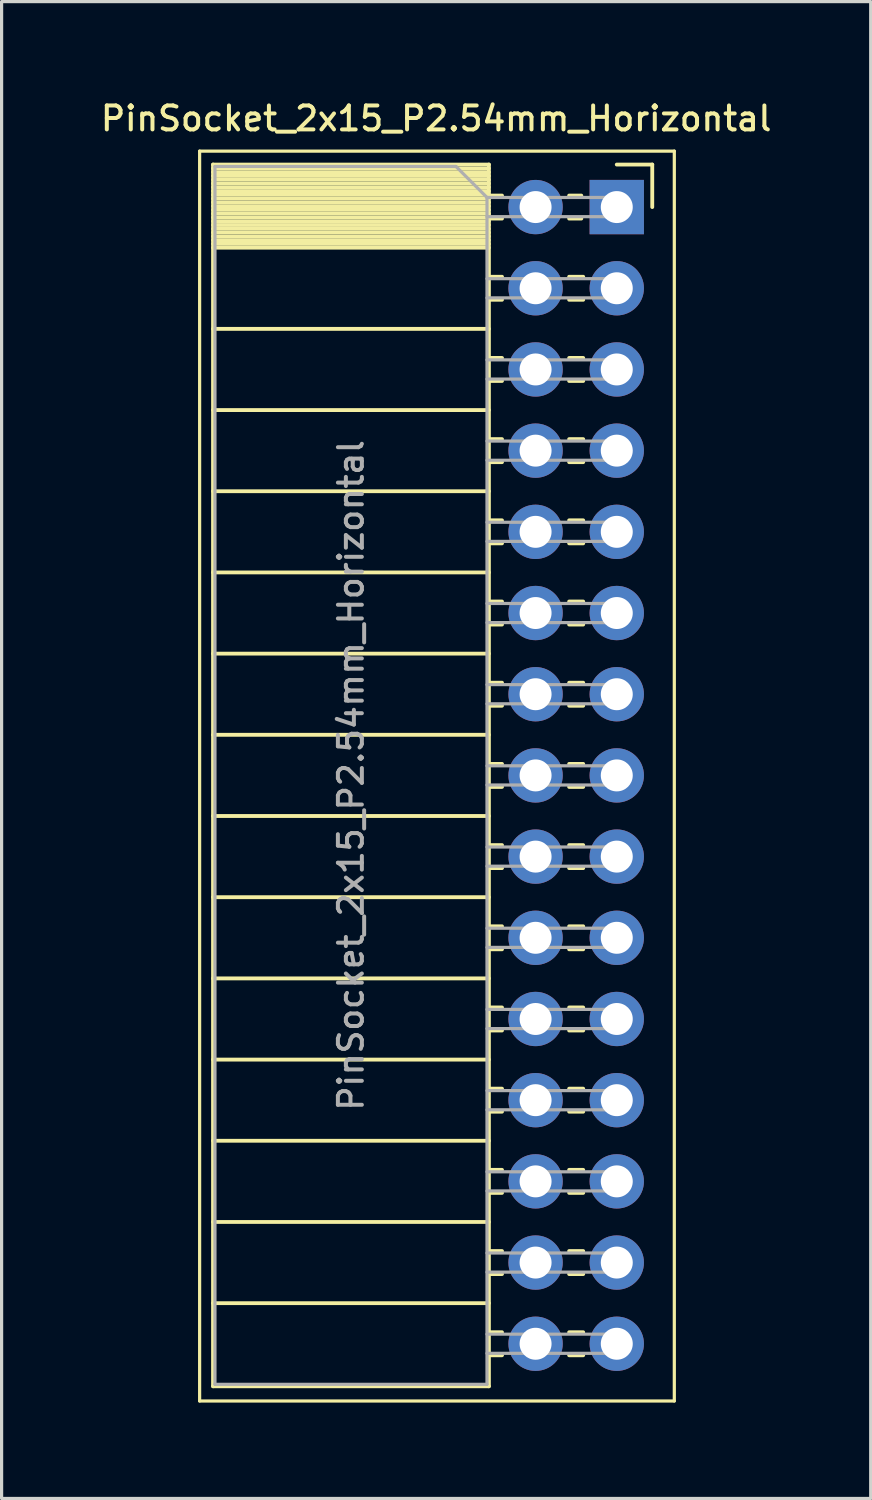
<source format=kicad_pcb>
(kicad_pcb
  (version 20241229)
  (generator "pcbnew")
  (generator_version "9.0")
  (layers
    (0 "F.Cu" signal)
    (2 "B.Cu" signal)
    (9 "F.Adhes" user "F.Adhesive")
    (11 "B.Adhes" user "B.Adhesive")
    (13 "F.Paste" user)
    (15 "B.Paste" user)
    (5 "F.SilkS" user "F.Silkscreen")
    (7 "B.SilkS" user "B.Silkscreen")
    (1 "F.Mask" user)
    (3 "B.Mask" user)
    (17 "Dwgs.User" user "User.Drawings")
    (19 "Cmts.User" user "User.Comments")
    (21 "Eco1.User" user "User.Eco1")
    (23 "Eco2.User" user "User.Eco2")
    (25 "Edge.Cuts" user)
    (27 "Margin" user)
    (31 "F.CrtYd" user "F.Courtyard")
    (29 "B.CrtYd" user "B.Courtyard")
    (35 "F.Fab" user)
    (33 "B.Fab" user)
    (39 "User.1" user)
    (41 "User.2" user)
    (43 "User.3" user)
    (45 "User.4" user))
  (footprint "PinSocket_2x15_P2.54mm_Horizontal"
    (layer "F.Cu")
    (at 16.245 3.428)
    (property "Reference" "PinSocket_2x15_P2.54mm_Horizontal" (at -5.65 -2.77 0) (layer "F.SilkS") (effects (font (size 0.75 0.75) (thickness 0.125))))
    (attr through_hole)
    (fp_line (start -13.05 -1.75) (end -13.05 37.35) (stroke (width 0.1) (type solid)) (layer "F.SilkS"))
    (fp_line (start -13.05 37.35) (end 1.8 37.35) (stroke (width 0.1) (type solid)) (layer "F.SilkS"))
    (fp_line (start -12.63 -1.33) (end -12.63 36.89) (stroke (width 0.12) (type solid)) (layer "F.SilkS"))
    (fp_line (start -12.63 -1.33) (end -4 -1.33) (stroke (width 0.12) (type solid)) (layer "F.SilkS"))
    (fp_line (start -12.63 -1.21) (end -4 -1.21) (stroke (width 0.12) (type solid)) (layer "F.SilkS"))
    (fp_line (start -12.63 -1.092) (end -4 -1.092) (stroke (width 0.12) (type solid)) (layer "F.SilkS"))
    (fp_line (start -12.63 -0.974) (end -4 -0.974) (stroke (width 0.12) (type solid)) (layer "F.SilkS"))
    (fp_line (start -12.63 -0.856) (end -4 -0.856) (stroke (width 0.12) (type solid)) (layer "F.SilkS"))
    (fp_line (start -12.63 -0.738) (end -4 -0.738) (stroke (width 0.12) (type solid)) (layer "F.SilkS"))
    (fp_line (start -12.63 -0.62) (end -4 -0.62) (stroke (width 0.12) (type solid)) (layer "F.SilkS"))
    (fp_line (start -12.63 -0.501) (end -4 -0.501) (stroke (width 0.12) (type solid)) (layer "F.SilkS"))
    (fp_line (start -12.63 -0.383) (end -4 -0.383) (stroke (width 0.12) (type solid)) (layer "F.SilkS"))
    (fp_line (start -12.63 -0.265) (end -4 -0.265) (stroke (width 0.12) (type solid)) (layer "F.SilkS"))
    (fp_line (start -12.63 -0.147) (end -4 -0.147) (stroke (width 0.12) (type solid)) (layer "F.SilkS"))
    (fp_line (start -12.63 -0.029) (end -4 -0.029) (stroke (width 0.12) (type solid)) (layer "F.SilkS"))
    (fp_line (start -12.63 0.089) (end -4 0.089) (stroke (width 0.12) (type solid)) (layer "F.SilkS"))
    (fp_line (start -12.63 0.207) (end -4 0.207) (stroke (width 0.12) (type solid)) (layer "F.SilkS"))
    (fp_line (start -12.63 0.325) (end -4 0.325) (stroke (width 0.12) (type solid)) (layer "F.SilkS"))
    (fp_line (start -12.63 0.443) (end -4 0.443) (stroke (width 0.12) (type solid)) (layer "F.SilkS"))
    (fp_line (start -12.63 0.561) (end -4 0.561) (stroke (width 0.12) (type solid)) (layer "F.SilkS"))
    (fp_line (start -12.63 0.68) (end -4 0.68) (stroke (width 0.12) (type solid)) (layer "F.SilkS"))
    (fp_line (start -12.63 0.798) (end -4 0.798) (stroke (width 0.12) (type solid)) (layer "F.SilkS"))
    (fp_line (start -12.63 0.916) (end -4 0.916) (stroke (width 0.12) (type solid)) (layer "F.SilkS"))
    (fp_line (start -12.63 1.034) (end -4 1.034) (stroke (width 0.12) (type solid)) (layer "F.SilkS"))
    (fp_line (start -12.63 1.152) (end -4 1.152) (stroke (width 0.12) (type solid)) (layer "F.SilkS"))
    (fp_line (start -12.63 1.27) (end -4 1.27) (stroke (width 0.12) (type solid)) (layer "F.SilkS"))
    (fp_line (start -12.63 3.81) (end -4 3.81) (stroke (width 0.12) (type solid)) (layer "F.SilkS"))
    (fp_line (start -12.63 6.35) (end -4 6.35) (stroke (width 0.12) (type solid)) (layer "F.SilkS"))
    (fp_line (start -12.63 8.89) (end -4 8.89) (stroke (width 0.12) (type solid)) (layer "F.SilkS"))
    (fp_line (start -12.63 11.43) (end -4 11.43) (stroke (width 0.12) (type solid)) (layer "F.SilkS"))
    (fp_line (start -12.63 13.97) (end -4 13.97) (stroke (width 0.12) (type solid)) (layer "F.SilkS"))
    (fp_line (start -12.63 16.51) (end -4 16.51) (stroke (width 0.12) (type solid)) (layer "F.SilkS"))
    (fp_line (start -12.63 19.05) (end -4 19.05) (stroke (width 0.12) (type solid)) (layer "F.SilkS"))
    (fp_line (start -12.63 21.59) (end -4 21.59) (stroke (width 0.12) (type solid)) (layer "F.SilkS"))
    (fp_line (start -12.63 24.13) (end -4 24.13) (stroke (width 0.12) (type solid)) (layer "F.SilkS"))
    (fp_line (start -12.63 26.67) (end -4 26.67) (stroke (width 0.12) (type solid)) (layer "F.SilkS"))
    (fp_line (start -12.63 29.21) (end -4 29.21) (stroke (width 0.12) (type solid)) (layer "F.SilkS"))
    (fp_line (start -12.63 31.75) (end -4 31.75) (stroke (width 0.12) (type solid)) (layer "F.SilkS"))
    (fp_line (start -12.63 34.29) (end -4 34.29) (stroke (width 0.12) (type solid)) (layer "F.SilkS"))
    (fp_line (start -12.63 36.89) (end -4 36.89) (stroke (width 0.12) (type solid)) (layer "F.SilkS"))
    (fp_line (start -4 -1.33) (end -4 36.89) (stroke (width 0.12) (type solid)) (layer "F.SilkS"))
    (fp_line (start -4 -0.36) (end -3.59 -0.36) (stroke (width 0.12) (type solid)) (layer "F.SilkS"))
    (fp_line (start -4 0.36) (end -3.59 0.36) (stroke (width 0.12) (type solid)) (layer "F.SilkS"))
    (fp_line (start -4 2.18) (end -3.59 2.18) (stroke (width 0.12) (type solid)) (layer "F.SilkS"))
    (fp_line (start -4 2.9) (end -3.59 2.9) (stroke (width 0.12) (type solid)) (layer "F.SilkS"))
    (fp_line (start -4 4.72) (end -3.59 4.72) (stroke (width 0.12) (type solid)) (layer "F.SilkS"))
    (fp_line (start -4 5.44) (end -3.59 5.44) (stroke (width 0.12) (type solid)) (layer "F.SilkS"))
    (fp_line (start -4 7.26) (end -3.59 7.26) (stroke (width 0.12) (type solid)) (layer "F.SilkS"))
    (fp_line (start -4 7.98) (end -3.59 7.98) (stroke (width 0.12) (type solid)) (layer "F.SilkS"))
    (fp_line (start -4 9.8) (end -3.59 9.8) (stroke (width 0.12) (type solid)) (layer "F.SilkS"))
    (fp_line (start -4 10.52) (end -3.59 10.52) (stroke (width 0.12) (type solid)) (layer "F.SilkS"))
    (fp_line (start -4 12.34) (end -3.59 12.34) (stroke (width 0.12) (type solid)) (layer "F.SilkS"))
    (fp_line (start -4 13.06) (end -3.59 13.06) (stroke (width 0.12) (type solid)) (layer "F.SilkS"))
    (fp_line (start -4 14.88) (end -3.59 14.88) (stroke (width 0.12) (type solid)) (layer "F.SilkS"))
    (fp_line (start -4 15.6) (end -3.59 15.6) (stroke (width 0.12) (type solid)) (layer "F.SilkS"))
    (fp_line (start -4 17.42) (end -3.59 17.42) (stroke (width 0.12) (type solid)) (layer "F.SilkS"))
    (fp_line (start -4 18.14) (end -3.59 18.14) (stroke (width 0.12) (type solid)) (layer "F.SilkS"))
    (fp_line (start -4 19.96) (end -3.59 19.96) (stroke (width 0.12) (type solid)) (layer "F.SilkS"))
    (fp_line (start -4 20.68) (end -3.59 20.68) (stroke (width 0.12) (type solid)) (layer "F.SilkS"))
    (fp_line (start -4 22.5) (end -3.59 22.5) (stroke (width 0.12) (type solid)) (layer "F.SilkS"))
    (fp_line (start -4 23.22) (end -3.59 23.22) (stroke (width 0.12) (type solid)) (layer "F.SilkS"))
    (fp_line (start -4 25.04) (end -3.59 25.04) (stroke (width 0.12) (type solid)) (layer "F.SilkS"))
    (fp_line (start -4 25.76) (end -3.59 25.76) (stroke (width 0.12) (type solid)) (layer "F.SilkS"))
    (fp_line (start -4 27.58) (end -3.59 27.58) (stroke (width 0.12) (type solid)) (layer "F.SilkS"))
    (fp_line (start -4 28.3) (end -3.59 28.3) (stroke (width 0.12) (type solid)) (layer "F.SilkS"))
    (fp_line (start -4 30.12) (end -3.59 30.12) (stroke (width 0.12) (type solid)) (layer "F.SilkS"))
    (fp_line (start -4 30.84) (end -3.59 30.84) (stroke (width 0.12) (type solid)) (layer "F.SilkS"))
    (fp_line (start -4 32.66) (end -3.59 32.66) (stroke (width 0.12) (type solid)) (layer "F.SilkS"))
    (fp_line (start -4 33.38) (end -3.59 33.38) (stroke (width 0.12) (type solid)) (layer "F.SilkS"))
    (fp_line (start -4 35.2) (end -3.59 35.2) (stroke (width 0.12) (type solid)) (layer "F.SilkS"))
    (fp_line (start -4 35.92) (end -3.59 35.92) (stroke (width 0.12) (type solid)) (layer "F.SilkS"))
    (fp_line (start -1.49 -0.36) (end -1.11 -0.36) (stroke (width 0.12) (type solid)) (layer "F.SilkS"))
    (fp_line (start -1.49 0.36) (end -1.11 0.36) (stroke (width 0.12) (type solid)) (layer "F.SilkS"))
    (fp_line (start -1.49 2.18) (end -1.05 2.18) (stroke (width 0.12) (type solid)) (layer "F.SilkS"))
    (fp_line (start -1.49 2.9) (end -1.05 2.9) (stroke (width 0.12) (type solid)) (layer "F.SilkS"))
    (fp_line (start -1.49 4.72) (end -1.05 4.72) (stroke (width 0.12) (type solid)) (layer "F.SilkS"))
    (fp_line (start -1.49 5.44) (end -1.05 5.44) (stroke (width 0.12) (type solid)) (layer "F.SilkS"))
    (fp_line (start -1.49 7.26) (end -1.05 7.26) (stroke (width 0.12) (type solid)) (layer "F.SilkS"))
    (fp_line (start -1.49 7.98) (end -1.05 7.98) (stroke (width 0.12) (type solid)) (layer "F.SilkS"))
    (fp_line (start -1.49 9.8) (end -1.05 9.8) (stroke (width 0.12) (type solid)) (layer "F.SilkS"))
    (fp_line (start -1.49 10.52) (end -1.05 10.52) (stroke (width 0.12) (type solid)) (layer "F.SilkS"))
    (fp_line (start -1.49 12.34) (end -1.05 12.34) (stroke (width 0.12) (type solid)) (layer "F.SilkS"))
    (fp_line (start -1.49 13.06) (end -1.05 13.06) (stroke (width 0.12) (type solid)) (layer "F.SilkS"))
    (fp_line (start -1.49 14.88) (end -1.05 14.88) (stroke (width 0.12) (type solid)) (layer "F.SilkS"))
    (fp_line (start -1.49 15.6) (end -1.05 15.6) (stroke (width 0.12) (type solid)) (layer "F.SilkS"))
    (fp_line (start -1.49 17.42) (end -1.05 17.42) (stroke (width 0.12) (type solid)) (layer "F.SilkS"))
    (fp_line (start -1.49 18.14) (end -1.05 18.14) (stroke (width 0.12) (type solid)) (layer "F.SilkS"))
    (fp_line (start -1.49 19.96) (end -1.05 19.96) (stroke (width 0.12) (type solid)) (layer "F.SilkS"))
    (fp_line (start -1.49 20.68) (end -1.05 20.68) (stroke (width 0.12) (type solid)) (layer "F.SilkS"))
    (fp_line (start -1.49 22.5) (end -1.05 22.5) (stroke (width 0.12) (type solid)) (layer "F.SilkS"))
    (fp_line (start -1.49 23.22) (end -1.05 23.22) (stroke (width 0.12) (type solid)) (layer "F.SilkS"))
    (fp_line (start -1.49 25.04) (end -1.05 25.04) (stroke (width 0.12) (type solid)) (layer "F.SilkS"))
    (fp_line (start -1.49 25.76) (end -1.05 25.76) (stroke (width 0.12) (type solid)) (layer "F.SilkS"))
    (fp_line (start -1.49 27.58) (end -1.05 27.58) (stroke (width 0.12) (type solid)) (layer "F.SilkS"))
    (fp_line (start -1.49 28.3) (end -1.05 28.3) (stroke (width 0.12) (type solid)) (layer "F.SilkS"))
    (fp_line (start -1.49 30.12) (end -1.05 30.12) (stroke (width 0.12) (type solid)) (layer "F.SilkS"))
    (fp_line (start -1.49 30.84) (end -1.05 30.84) (stroke (width 0.12) (type solid)) (layer "F.SilkS"))
    (fp_line (start -1.49 32.66) (end -1.05 32.66) (stroke (width 0.12) (type solid)) (layer "F.SilkS"))
    (fp_line (start -1.49 33.38) (end -1.05 33.38) (stroke (width 0.12) (type solid)) (layer "F.SilkS"))
    (fp_line (start -1.49 35.2) (end -1.05 35.2) (stroke (width 0.12) (type solid)) (layer "F.SilkS"))
    (fp_line (start -1.49 35.92) (end -1.05 35.92) (stroke (width 0.12) (type solid)) (layer "F.SilkS"))
    (fp_line (start 0 -1.33) (end 1.11 -1.33) (stroke (width 0.12) (type solid)) (layer "F.SilkS"))
    (fp_line (start 1.11 -1.33) (end 1.11 0) (stroke (width 0.12) (type solid)) (layer "F.SilkS"))
    (fp_line (start 1.8 -1.75) (end -13.05 -1.75) (stroke (width 0.1) (type solid)) (layer "F.SilkS"))
    (fp_line (start 1.8 37.35) (end 1.8 -1.75) (stroke (width 0.1) (type solid)) (layer "F.SilkS"))
    (fp_line (start -12.57 -1.27) (end -5.03 -1.27) (stroke (width 0.1) (type solid)) (layer "F.Fab"))
    (fp_line (start -12.57 36.83) (end -12.57 -1.27) (stroke (width 0.1) (type solid)) (layer "F.Fab"))
    (fp_line (start -5.03 -1.27) (end -4.06 -0.3) (stroke (width 0.1) (type solid)) (layer "F.Fab"))
    (fp_line (start -4.06 -0.3) (end -4.06 36.83) (stroke (width 0.1) (type solid)) (layer "F.Fab"))
    (fp_line (start -4.06 0.3) (end 0 0.3) (stroke (width 0.1) (type solid)) (layer "F.Fab"))
    (fp_line (start -4.06 2.84) (end 0 2.84) (stroke (width 0.1) (type solid)) (layer "F.Fab"))
    (fp_line (start -4.06 5.38) (end 0 5.38) (stroke (width 0.1) (type solid)) (layer "F.Fab"))
    (fp_line (start -4.06 7.92) (end 0 7.92) (stroke (width 0.1) (type solid)) (layer "F.Fab"))
    (fp_line (start -4.06 10.46) (end 0 10.46) (stroke (width 0.1) (type solid)) (layer "F.Fab"))
    (fp_line (start -4.06 13) (end 0 13) (stroke (width 0.1) (type solid)) (layer "F.Fab"))
    (fp_line (start -4.06 15.54) (end 0 15.54) (stroke (width 0.1) (type solid)) (layer "F.Fab"))
    (fp_line (start -4.06 18.08) (end 0 18.08) (stroke (width 0.1) (type solid)) (layer "F.Fab"))
    (fp_line (start -4.06 20.62) (end 0 20.62) (stroke (width 0.1) (type solid)) (layer "F.Fab"))
    (fp_line (start -4.06 23.16) (end 0 23.16) (stroke (width 0.1) (type solid)) (layer "F.Fab"))
    (fp_line (start -4.06 25.7) (end 0 25.7) (stroke (width 0.1) (type solid)) (layer "F.Fab"))
    (fp_line (start -4.06 28.24) (end 0 28.24) (stroke (width 0.1) (type solid)) (layer "F.Fab"))
    (fp_line (start -4.06 30.78) (end 0 30.78) (stroke (width 0.1) (type solid)) (layer "F.Fab"))
    (fp_line (start -4.06 33.32) (end 0 33.32) (stroke (width 0.1) (type solid)) (layer "F.Fab"))
    (fp_line (start -4.06 35.86) (end 0 35.86) (stroke (width 0.1) (type solid)) (layer "F.Fab"))
    (fp_line (start -4.06 36.83) (end -12.57 36.83) (stroke (width 0.1) (type solid)) (layer "F.Fab"))
    (fp_line (start 0 -0.3) (end -4.06 -0.3) (stroke (width 0.1) (type solid)) (layer "F.Fab"))
    (fp_line (start 0 0.3) (end 0 -0.3) (stroke (width 0.1) (type solid)) (layer "F.Fab"))
    (fp_line (start 0 2.24) (end -4.06 2.24) (stroke (width 0.1) (type solid)) (layer "F.Fab"))
    (fp_line (start 0 2.84) (end 0 2.24) (stroke (width 0.1) (type solid)) (layer "F.Fab"))
    (fp_line (start 0 4.78) (end -4.06 4.78) (stroke (width 0.1) (type solid)) (layer "F.Fab"))
    (fp_line (start 0 5.38) (end 0 4.78) (stroke (width 0.1) (type solid)) (layer "F.Fab"))
    (fp_line (start 0 7.32) (end -4.06 7.32) (stroke (width 0.1) (type solid)) (layer "F.Fab"))
    (fp_line (start 0 7.92) (end 0 7.32) (stroke (width 0.1) (type solid)) (layer "F.Fab"))
    (fp_line (start 0 9.86) (end -4.06 9.86) (stroke (width 0.1) (type solid)) (layer "F.Fab"))
    (fp_line (start 0 10.46) (end 0 9.86) (stroke (width 0.1) (type solid)) (layer "F.Fab"))
    (fp_line (start 0 12.4) (end -4.06 12.4) (stroke (width 0.1) (type solid)) (layer "F.Fab"))
    (fp_line (start 0 13) (end 0 12.4) (stroke (width 0.1) (type solid)) (layer "F.Fab"))
    (fp_line (start 0 14.94) (end -4.06 14.94) (stroke (width 0.1) (type solid)) (layer "F.Fab"))
    (fp_line (start 0 15.54) (end 0 14.94) (stroke (width 0.1) (type solid)) (layer "F.Fab"))
    (fp_line (start 0 17.48) (end -4.06 17.48) (stroke (width 0.1) (type solid)) (layer "F.Fab"))
    (fp_line (start 0 18.08) (end 0 17.48) (stroke (width 0.1) (type solid)) (layer "F.Fab"))
    (fp_line (start 0 20.02) (end -4.06 20.02) (stroke (width 0.1) (type solid)) (layer "F.Fab"))
    (fp_line (start 0 20.62) (end 0 20.02) (stroke (width 0.1) (type solid)) (layer "F.Fab"))
    (fp_line (start 0 22.56) (end -4.06 22.56) (stroke (width 0.1) (type solid)) (layer "F.Fab"))
    (fp_line (start 0 23.16) (end 0 22.56) (stroke (width 0.1) (type solid)) (layer "F.Fab"))
    (fp_line (start 0 25.1) (end -4.06 25.1) (stroke (width 0.1) (type solid)) (layer "F.Fab"))
    (fp_line (start 0 25.7) (end 0 25.1) (stroke (width 0.1) (type solid)) (layer "F.Fab"))
    (fp_line (start 0 27.64) (end -4.06 27.64) (stroke (width 0.1) (type solid)) (layer "F.Fab"))
    (fp_line (start 0 28.24) (end 0 27.64) (stroke (width 0.1) (type solid)) (layer "F.Fab"))
    (fp_line (start 0 30.18) (end -4.06 30.18) (stroke (width 0.1) (type solid)) (layer "F.Fab"))
    (fp_line (start 0 30.78) (end 0 30.18) (stroke (width 0.1) (type solid)) (layer "F.Fab"))
    (fp_line (start 0 32.72) (end -4.06 32.72) (stroke (width 0.1) (type solid)) (layer "F.Fab"))
    (fp_line (start 0 33.32) (end 0 32.72) (stroke (width 0.1) (type solid)) (layer "F.Fab"))
    (fp_line (start 0 35.26) (end -4.06 35.26) (stroke (width 0.1) (type solid)) (layer "F.Fab"))
    (fp_line (start 0 35.86) (end 0 35.26) (stroke (width 0.1) (type solid)) (layer "F.Fab"))
    (fp_text user "${REFERENCE}" (at -8.315 17.78 90) (layer "F.Fab") (effects (font (size 0.75 0.75) (thickness 0.125))))
    (pad "1" thru_hole rect (at 0 0) (size 1.7 1.7) (drill 1) (layers "*.Cu" "*.Mask"))
    (pad "2" thru_hole oval (at -2.54 0) (size 1.7 1.7) (drill 1) (layers "*.Cu" "*.Mask"))
    (pad "3" thru_hole oval (at 0 2.54) (size 1.7 1.7) (drill 1) (layers "*.Cu" "*.Mask"))
    (pad "4" thru_hole oval (at -2.54 2.54) (size 1.7 1.7) (drill 1) (layers "*.Cu" "*.Mask"))
    (pad "5" thru_hole oval (at 0 5.08) (size 1.7 1.7) (drill 1) (layers "*.Cu" "*.Mask"))
    (pad "6" thru_hole oval (at -2.54 5.08) (size 1.7 1.7) (drill 1) (layers "*.Cu" "*.Mask"))
    (pad "7" thru_hole oval (at 0 7.62) (size 1.7 1.7) (drill 1) (layers "*.Cu" "*.Mask"))
    (pad "8" thru_hole oval (at -2.54 7.62) (size 1.7 1.7) (drill 1) (layers "*.Cu" "*.Mask"))
    (pad "9" thru_hole oval (at 0 10.16) (size 1.7 1.7) (drill 1) (layers "*.Cu" "*.Mask"))
    (pad "10" thru_hole oval (at -2.54 10.16) (size 1.7 1.7) (drill 1) (layers "*.Cu" "*.Mask"))
    (pad "11" thru_hole oval (at 0 12.7) (size 1.7 1.7) (drill 1) (layers "*.Cu" "*.Mask"))
    (pad "12" thru_hole oval (at -2.54 12.7) (size 1.7 1.7) (drill 1) (layers "*.Cu" "*.Mask"))
    (pad "13" thru_hole oval (at 0 15.24) (size 1.7 1.7) (drill 1) (layers "*.Cu" "*.Mask"))
    (pad "14" thru_hole oval (at -2.54 15.24) (size 1.7 1.7) (drill 1) (layers "*.Cu" "*.Mask"))
    (pad "15" thru_hole oval (at 0 17.78) (size 1.7 1.7) (drill 1) (layers "*.Cu" "*.Mask"))
    (pad "16" thru_hole oval (at -2.54 17.78) (size 1.7 1.7) (drill 1) (layers "*.Cu" "*.Mask"))
    (pad "17" thru_hole oval (at 0 20.32) (size 1.7 1.7) (drill 1) (layers "*.Cu" "*.Mask"))
    (pad "18" thru_hole oval (at -2.54 20.32) (size 1.7 1.7) (drill 1) (layers "*.Cu" "*.Mask"))
    (pad "19" thru_hole oval (at 0 22.86) (size 1.7 1.7) (drill 1) (layers "*.Cu" "*.Mask"))
    (pad "20" thru_hole oval (at -2.54 22.86) (size 1.7 1.7) (drill 1) (layers "*.Cu" "*.Mask"))
    (pad "21" thru_hole oval (at 0 25.4) (size 1.7 1.7) (drill 1) (layers "*.Cu" "*.Mask"))
    (pad "22" thru_hole oval (at -2.54 25.4) (size 1.7 1.7) (drill 1) (layers "*.Cu" "*.Mask"))
    (pad "23" thru_hole oval (at 0 27.94) (size 1.7 1.7) (drill 1) (layers "*.Cu" "*.Mask"))
    (pad "24" thru_hole oval (at -2.54 27.94) (size 1.7 1.7) (drill 1) (layers "*.Cu" "*.Mask"))
    (pad "25" thru_hole oval (at 0 30.48) (size 1.7 1.7) (drill 1) (layers "*.Cu" "*.Mask"))
    (pad "26" thru_hole oval (at -2.54 30.48) (size 1.7 1.7) (drill 1) (layers "*.Cu" "*.Mask"))
    (pad "27" thru_hole oval (at 0 33.02) (size 1.7 1.7) (drill 1) (layers "*.Cu" "*.Mask"))
    (pad "28" thru_hole oval (at -2.54 33.02) (size 1.7 1.7) (drill 1) (layers "*.Cu" "*.Mask"))
    (pad "29" thru_hole oval (at 0 35.56) (size 1.7 1.7) (drill 1) (layers "*.Cu" "*.Mask"))
    (pad "30" thru_hole oval (at -2.54 35.56) (size 1.7 1.7) (drill 1) (layers "*.Cu" "*.Mask")))
  (gr_rect
    (start -3 -3)
    (end 24.189 43.828)
    (stroke (width 0.1) (type default))
    (fill no)
    (layer "Edge.Cuts")))
</source>
